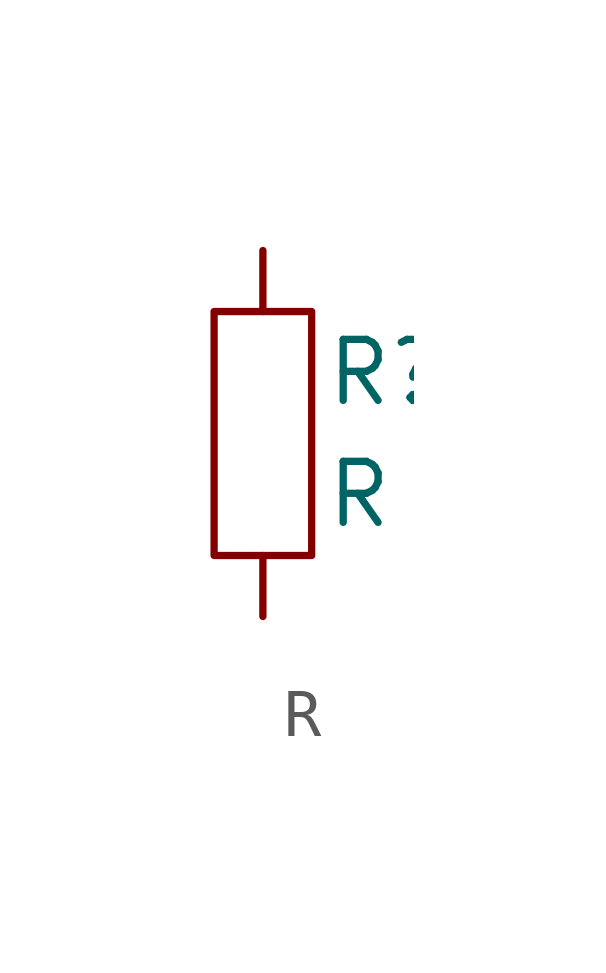
<source format=kicad_sym>
(kicad_symbol_lib
  (version 20220914)
  (generator kicad_symbol_editor)
  (symbol "R"
    (pin_numbers hide)
    (pin_names
      (offset 0))
    (property "Reference" "R"
      (at 1.27 1.27 0)
      (effects (font (size 1.27 1.27)) (justify left)))
    (property "Value" "R"
      (at 1.27 -1.27 0)
      (effects (font (size 1.27 1.27)) (justify left)))
    (symbol "R_1_1"
      (rectangle (start -1.016 -2.54) (end 1.016 2.54) (stroke (width 0.152) (type default)) (fill (type none)))
      (pin passive line (at 0 3.81 270) (length 1.27) (name "~" (effects (font (size 1.016 1.016)))) (number "1" (effects (font (size 1.016 1.016)))))
      (pin passive line (at 0 -3.81 90) (length 1.27) (name "~" (effects (font (size 1.016 1.016)))) (number "2" (effects (font (size 1.016 1.016))))))))
</source>
